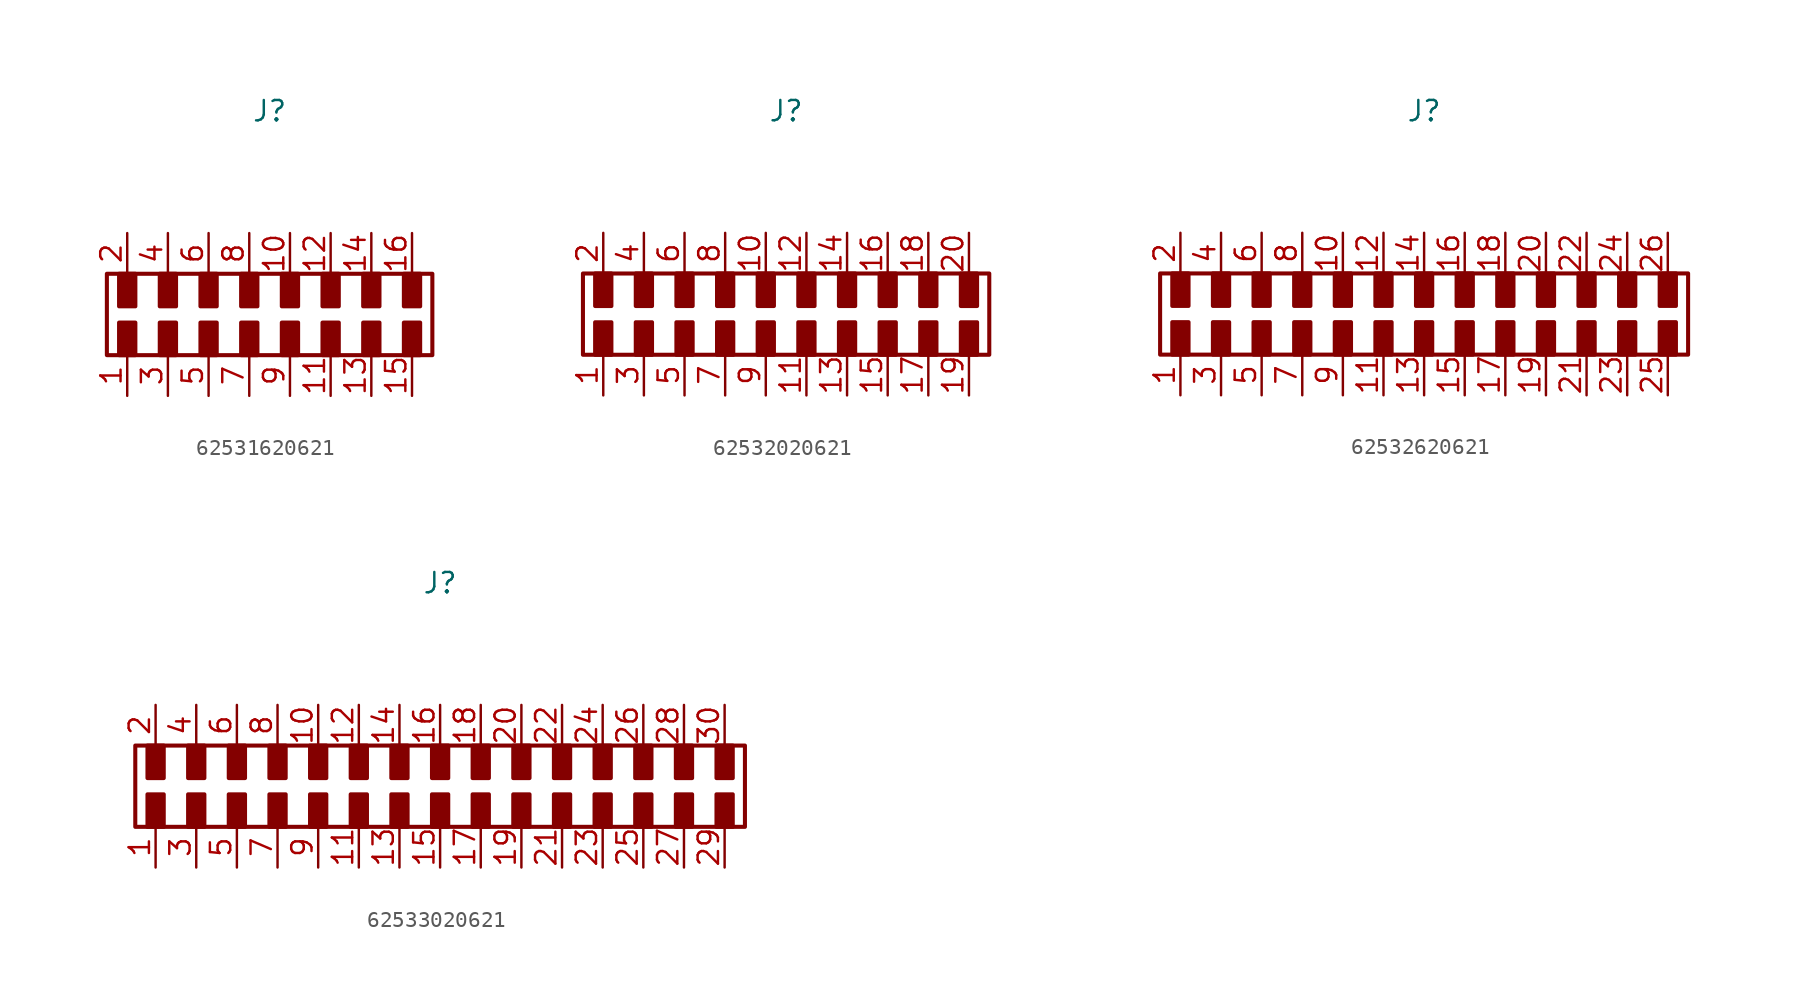
<source format=kicad_sym>
(kicad_symbol_lib
  (version 20241209)
  (generator "kicad_symbol_editor")
  (generator_version "9.0")
  (symbol "62531620621"
    (pin_names
      (hide yes))
    (property "Reference" "J"
      (at 0 12.7 0)
      (effects (font (size 1.27 1.27))))
    (symbol "62531620621_1_1"
      (rectangle (start -10.16 2.54) (end 10.16 -2.54) (stroke (width 0.254) (type solid)) (fill (type none)))
      (rectangle (start -9.398 2.54) (end -8.382 0.508) (stroke (width 0.254) (type solid)) (fill (type outline)))
      (rectangle (start -9.398 -0.508) (end -8.382 -2.54) (stroke (width 0.254) (type solid)) (fill (type outline)))
      (rectangle (start -6.858 2.54) (end -5.842 0.508) (stroke (width 0.254) (type solid)) (fill (type outline)))
      (rectangle (start -6.858 -0.508) (end -5.842 -2.54) (stroke (width 0.254) (type solid)) (fill (type outline)))
      (rectangle (start -4.318 2.54) (end -3.302 0.508) (stroke (width 0.254) (type solid)) (fill (type outline)))
      (rectangle (start -4.318 -0.508) (end -3.302 -2.54) (stroke (width 0.254) (type solid)) (fill (type outline)))
      (rectangle (start -1.778 2.54) (end -0.762 0.508) (stroke (width 0.254) (type solid)) (fill (type outline)))
      (rectangle (start -1.778 -0.508) (end -0.762 -2.54) (stroke (width 0.254) (type solid)) (fill (type outline)))
      (rectangle (start 0.762 2.54) (end 1.778 0.508) (stroke (width 0.254) (type solid)) (fill (type outline)))
      (rectangle (start 0.762 -0.508) (end 1.778 -2.54) (stroke (width 0.254) (type solid)) (fill (type outline)))
      (rectangle (start 3.302 2.54) (end 4.318 0.508) (stroke (width 0.254) (type solid)) (fill (type outline)))
      (rectangle (start 3.302 -0.508) (end 4.318 -2.54) (stroke (width 0.254) (type solid)) (fill (type outline)))
      (rectangle (start 5.842 2.54) (end 6.858 0.508) (stroke (width 0.254) (type solid)) (fill (type outline)))
      (rectangle (start 5.842 -0.508) (end 6.858 -2.54) (stroke (width 0.254) (type solid)) (fill (type outline)))
      (rectangle (start 8.382 2.54) (end 9.398 0.508) (stroke (width 0.254) (type solid)) (fill (type outline)))
      (rectangle (start 8.382 -0.508) (end 9.398 -2.54) (stroke (width 0.254) (type solid)) (fill (type outline)))
      (pin passive line (at -8.89 5.08 270) (length 2.54) (name "2" (effects (font (size 1.27 1.27)))) (number "2" (effects (font (size 1.27 1.27)))))
      (pin passive line (at -8.89 -5.08 90) (length 2.54) (name "1" (effects (font (size 1.27 1.27)))) (number "1" (effects (font (size 1.27 1.27)))))
      (pin passive line (at -6.35 5.08 270) (length 2.54) (name "4" (effects (font (size 1.27 1.27)))) (number "4" (effects (font (size 1.27 1.27)))))
      (pin passive line (at -6.35 -5.08 90) (length 2.54) (name "3" (effects (font (size 1.27 1.27)))) (number "3" (effects (font (size 1.27 1.27)))))
      (pin passive line (at -3.81 5.08 270) (length 2.54) (name "6" (effects (font (size 1.27 1.27)))) (number "6" (effects (font (size 1.27 1.27)))))
      (pin passive line (at -3.81 -5.08 90) (length 2.54) (name "5" (effects (font (size 1.27 1.27)))) (number "5" (effects (font (size 1.27 1.27)))))
      (pin passive line (at -1.27 5.08 270) (length 2.54) (name "8" (effects (font (size 1.27 1.27)))) (number "8" (effects (font (size 1.27 1.27)))))
      (pin passive line (at -1.27 -5.08 90) (length 2.54) (name "7" (effects (font (size 1.27 1.27)))) (number "7" (effects (font (size 1.27 1.27)))))
      (pin passive line (at 1.27 5.08 270) (length 2.54) (name "10" (effects (font (size 1.27 1.27)))) (number "10" (effects (font (size 1.27 1.27)))))
      (pin passive line (at 1.27 -5.08 90) (length 2.54) (name "9" (effects (font (size 1.27 1.27)))) (number "9" (effects (font (size 1.27 1.27)))))
      (pin passive line (at 3.81 5.08 270) (length 2.54) (name "12" (effects (font (size 1.27 1.27)))) (number "12" (effects (font (size 1.27 1.27)))))
      (pin passive line (at 3.81 -5.08 90) (length 2.54) (name "11" (effects (font (size 1.27 1.27)))) (number "11" (effects (font (size 1.27 1.27)))))
      (pin passive line (at 6.35 5.08 270) (length 2.54) (name "14" (effects (font (size 1.27 1.27)))) (number "14" (effects (font (size 1.27 1.27)))))
      (pin passive line (at 6.35 -5.08 90) (length 2.54) (name "13" (effects (font (size 1.27 1.27)))) (number "13" (effects (font (size 1.27 1.27)))))
      (pin passive line (at 8.89 5.08 270) (length 2.54) (name "16" (effects (font (size 1.27 1.27)))) (number "16" (effects (font (size 1.27 1.27)))))
      (pin passive line (at 8.89 -5.08 90) (length 2.54) (name "15" (effects (font (size 1.27 1.27)))) (number "15" (effects (font (size 1.27 1.27)))))))
  (symbol "62532020621"
    (pin_names
      (hide yes))
    (property "Reference" "J"
      (at 0 12.7 0)
      (effects (font (size 1.27 1.27))))
    (symbol "62532020621_1_1"
      (rectangle (start -12.7 2.54) (end 12.7 -2.54) (stroke (width 0.254) (type solid)) (fill (type none)))
      (rectangle (start -11.938 2.54) (end -10.922 0.508) (stroke (width 0.254) (type solid)) (fill (type outline)))
      (rectangle (start -11.938 -0.508) (end -10.922 -2.54) (stroke (width 0.254) (type solid)) (fill (type outline)))
      (rectangle (start -9.398 2.54) (end -8.382 0.508) (stroke (width 0.254) (type solid)) (fill (type outline)))
      (rectangle (start -9.398 -0.508) (end -8.382 -2.54) (stroke (width 0.254) (type solid)) (fill (type outline)))
      (rectangle (start -6.858 2.54) (end -5.842 0.508) (stroke (width 0.254) (type solid)) (fill (type outline)))
      (rectangle (start -6.858 -0.508) (end -5.842 -2.54) (stroke (width 0.254) (type solid)) (fill (type outline)))
      (rectangle (start -4.318 2.54) (end -3.302 0.508) (stroke (width 0.254) (type solid)) (fill (type outline)))
      (rectangle (start -4.318 -0.508) (end -3.302 -2.54) (stroke (width 0.254) (type solid)) (fill (type outline)))
      (rectangle (start -1.778 2.54) (end -0.762 0.508) (stroke (width 0.254) (type solid)) (fill (type outline)))
      (rectangle (start -1.778 -0.508) (end -0.762 -2.54) (stroke (width 0.254) (type solid)) (fill (type outline)))
      (rectangle (start 0.762 2.54) (end 1.778 0.508) (stroke (width 0.254) (type solid)) (fill (type outline)))
      (rectangle (start 0.762 -0.508) (end 1.778 -2.54) (stroke (width 0.254) (type solid)) (fill (type outline)))
      (rectangle (start 3.302 2.54) (end 4.318 0.508) (stroke (width 0.254) (type solid)) (fill (type outline)))
      (rectangle (start 3.302 -0.508) (end 4.318 -2.54) (stroke (width 0.254) (type solid)) (fill (type outline)))
      (rectangle (start 5.842 2.54) (end 6.858 0.508) (stroke (width 0.254) (type solid)) (fill (type outline)))
      (rectangle (start 5.842 -0.508) (end 6.858 -2.54) (stroke (width 0.254) (type solid)) (fill (type outline)))
      (rectangle (start 8.382 2.54) (end 9.398 0.508) (stroke (width 0.254) (type solid)) (fill (type outline)))
      (rectangle (start 8.382 -0.508) (end 9.398 -2.54) (stroke (width 0.254) (type solid)) (fill (type outline)))
      (rectangle (start 10.922 2.54) (end 11.938 0.508) (stroke (width 0.254) (type solid)) (fill (type outline)))
      (rectangle (start 10.922 -0.508) (end 11.938 -2.54) (stroke (width 0.254) (type solid)) (fill (type outline)))
      (pin passive line (at -11.43 5.08 270) (length 2.54) (name "2" (effects (font (size 1.27 1.27)))) (number "2" (effects (font (size 1.27 1.27)))))
      (pin passive line (at -11.43 -5.08 90) (length 2.54) (name "1" (effects (font (size 1.27 1.27)))) (number "1" (effects (font (size 1.27 1.27)))))
      (pin passive line (at -8.89 5.08 270) (length 2.54) (name "4" (effects (font (size 1.27 1.27)))) (number "4" (effects (font (size 1.27 1.27)))))
      (pin passive line (at -8.89 -5.08 90) (length 2.54) (name "3" (effects (font (size 1.27 1.27)))) (number "3" (effects (font (size 1.27 1.27)))))
      (pin passive line (at -6.35 5.08 270) (length 2.54) (name "6" (effects (font (size 1.27 1.27)))) (number "6" (effects (font (size 1.27 1.27)))))
      (pin passive line (at -6.35 -5.08 90) (length 2.54) (name "5" (effects (font (size 1.27 1.27)))) (number "5" (effects (font (size 1.27 1.27)))))
      (pin passive line (at -3.81 5.08 270) (length 2.54) (name "8" (effects (font (size 1.27 1.27)))) (number "8" (effects (font (size 1.27 1.27)))))
      (pin passive line (at -3.81 -5.08 90) (length 2.54) (name "7" (effects (font (size 1.27 1.27)))) (number "7" (effects (font (size 1.27 1.27)))))
      (pin passive line (at -1.27 5.08 270) (length 2.54) (name "10" (effects (font (size 1.27 1.27)))) (number "10" (effects (font (size 1.27 1.27)))))
      (pin passive line (at -1.27 -5.08 90) (length 2.54) (name "9" (effects (font (size 1.27 1.27)))) (number "9" (effects (font (size 1.27 1.27)))))
      (pin passive line (at 1.27 5.08 270) (length 2.54) (name "12" (effects (font (size 1.27 1.27)))) (number "12" (effects (font (size 1.27 1.27)))))
      (pin passive line (at 1.27 -5.08 90) (length 2.54) (name "11" (effects (font (size 1.27 1.27)))) (number "11" (effects (font (size 1.27 1.27)))))
      (pin passive line (at 3.81 5.08 270) (length 2.54) (name "14" (effects (font (size 1.27 1.27)))) (number "14" (effects (font (size 1.27 1.27)))))
      (pin passive line (at 3.81 -5.08 90) (length 2.54) (name "13" (effects (font (size 1.27 1.27)))) (number "13" (effects (font (size 1.27 1.27)))))
      (pin passive line (at 6.35 5.08 270) (length 2.54) (name "16" (effects (font (size 1.27 1.27)))) (number "16" (effects (font (size 1.27 1.27)))))
      (pin passive line (at 6.35 -5.08 90) (length 2.54) (name "15" (effects (font (size 1.27 1.27)))) (number "15" (effects (font (size 1.27 1.27)))))
      (pin passive line (at 8.89 5.08 270) (length 2.54) (name "18" (effects (font (size 1.27 1.27)))) (number "18" (effects (font (size 1.27 1.27)))))
      (pin passive line (at 8.89 -5.08 90) (length 2.54) (name "17" (effects (font (size 1.27 1.27)))) (number "17" (effects (font (size 1.27 1.27)))))
      (pin passive line (at 11.43 5.08 270) (length 2.54) (name "20" (effects (font (size 1.27 1.27)))) (number "20" (effects (font (size 1.27 1.27)))))
      (pin passive line (at 11.43 -5.08 90) (length 2.54) (name "19" (effects (font (size 1.27 1.27)))) (number "19" (effects (font (size 1.27 1.27)))))))
  (symbol "62532620621"
    (pin_names
      (hide yes))
    (property "Reference" "J"
      (at 0 12.7 0)
      (effects (font (size 1.27 1.27))))
    (symbol "62532620621_1_1"
      (rectangle (start -16.51 2.54) (end 16.51 -2.54) (stroke (width 0.254) (type solid)) (fill (type none)))
      (rectangle (start -15.748 2.54) (end -14.732 0.508) (stroke (width 0.254) (type solid)) (fill (type outline)))
      (rectangle (start -15.748 -0.508) (end -14.732 -2.54) (stroke (width 0.254) (type solid)) (fill (type outline)))
      (rectangle (start -13.208 2.54) (end -12.192 0.508) (stroke (width 0.254) (type solid)) (fill (type outline)))
      (rectangle (start -13.208 -0.508) (end -12.192 -2.54) (stroke (width 0.254) (type solid)) (fill (type outline)))
      (rectangle (start -10.668 2.54) (end -9.652 0.508) (stroke (width 0.254) (type solid)) (fill (type outline)))
      (rectangle (start -10.668 -0.508) (end -9.652 -2.54) (stroke (width 0.254) (type solid)) (fill (type outline)))
      (rectangle (start -8.128 2.54) (end -7.112 0.508) (stroke (width 0.254) (type solid)) (fill (type outline)))
      (rectangle (start -8.128 -0.508) (end -7.112 -2.54) (stroke (width 0.254) (type solid)) (fill (type outline)))
      (rectangle (start -5.588 2.54) (end -4.572 0.508) (stroke (width 0.254) (type solid)) (fill (type outline)))
      (rectangle (start -5.588 -0.508) (end -4.572 -2.54) (stroke (width 0.254) (type solid)) (fill (type outline)))
      (rectangle (start -3.048 2.54) (end -2.032 0.508) (stroke (width 0.254) (type solid)) (fill (type outline)))
      (rectangle (start -3.048 -0.508) (end -2.032 -2.54) (stroke (width 0.254) (type solid)) (fill (type outline)))
      (rectangle (start -0.508 2.54) (end 0.508 0.508) (stroke (width 0.254) (type solid)) (fill (type outline)))
      (rectangle (start -0.508 -0.508) (end 0.508 -2.54) (stroke (width 0.254) (type solid)) (fill (type outline)))
      (rectangle (start 2.032 2.54) (end 3.048 0.508) (stroke (width 0.254) (type solid)) (fill (type outline)))
      (rectangle (start 2.032 -0.508) (end 3.048 -2.54) (stroke (width 0.254) (type solid)) (fill (type outline)))
      (rectangle (start 4.572 2.54) (end 5.588 0.508) (stroke (width 0.254) (type solid)) (fill (type outline)))
      (rectangle (start 4.572 -0.508) (end 5.588 -2.54) (stroke (width 0.254) (type solid)) (fill (type outline)))
      (rectangle (start 7.112 2.54) (end 8.128 0.508) (stroke (width 0.254) (type solid)) (fill (type outline)))
      (rectangle (start 7.112 -0.508) (end 8.128 -2.54) (stroke (width 0.254) (type solid)) (fill (type outline)))
      (rectangle (start 9.652 2.54) (end 10.668 0.508) (stroke (width 0.254) (type solid)) (fill (type outline)))
      (rectangle (start 9.652 -0.508) (end 10.668 -2.54) (stroke (width 0.254) (type solid)) (fill (type outline)))
      (rectangle (start 12.192 2.54) (end 13.208 0.508) (stroke (width 0.254) (type solid)) (fill (type outline)))
      (rectangle (start 12.192 -0.508) (end 13.208 -2.54) (stroke (width 0.254) (type solid)) (fill (type outline)))
      (rectangle (start 14.732 2.54) (end 15.748 0.508) (stroke (width 0.254) (type solid)) (fill (type outline)))
      (rectangle (start 14.732 -0.508) (end 15.748 -2.54) (stroke (width 0.254) (type solid)) (fill (type outline)))
      (pin passive line (at -15.24 5.08 270) (length 2.54) (name "2" (effects (font (size 1.27 1.27)))) (number "2" (effects (font (size 1.27 1.27)))))
      (pin passive line (at -15.24 -5.08 90) (length 2.54) (name "1" (effects (font (size 1.27 1.27)))) (number "1" (effects (font (size 1.27 1.27)))))
      (pin passive line (at -12.7 5.08 270) (length 2.54) (name "4" (effects (font (size 1.27 1.27)))) (number "4" (effects (font (size 1.27 1.27)))))
      (pin passive line (at -12.7 -5.08 90) (length 2.54) (name "3" (effects (font (size 1.27 1.27)))) (number "3" (effects (font (size 1.27 1.27)))))
      (pin passive line (at -10.16 5.08 270) (length 2.54) (name "6" (effects (font (size 1.27 1.27)))) (number "6" (effects (font (size 1.27 1.27)))))
      (pin passive line (at -10.16 -5.08 90) (length 2.54) (name "5" (effects (font (size 1.27 1.27)))) (number "5" (effects (font (size 1.27 1.27)))))
      (pin passive line (at -7.62 5.08 270) (length 2.54) (name "8" (effects (font (size 1.27 1.27)))) (number "8" (effects (font (size 1.27 1.27)))))
      (pin passive line (at -7.62 -5.08 90) (length 2.54) (name "7" (effects (font (size 1.27 1.27)))) (number "7" (effects (font (size 1.27 1.27)))))
      (pin passive line (at -5.08 5.08 270) (length 2.54) (name "10" (effects (font (size 1.27 1.27)))) (number "10" (effects (font (size 1.27 1.27)))))
      (pin passive line (at -5.08 -5.08 90) (length 2.54) (name "9" (effects (font (size 1.27 1.27)))) (number "9" (effects (font (size 1.27 1.27)))))
      (pin passive line (at -2.54 5.08 270) (length 2.54) (name "12" (effects (font (size 1.27 1.27)))) (number "12" (effects (font (size 1.27 1.27)))))
      (pin passive line (at -2.54 -5.08 90) (length 2.54) (name "11" (effects (font (size 1.27 1.27)))) (number "11" (effects (font (size 1.27 1.27)))))
      (pin passive line (at 0 5.08 270) (length 2.54) (name "14" (effects (font (size 1.27 1.27)))) (number "14" (effects (font (size 1.27 1.27)))))
      (pin passive line (at 0 -5.08 90) (length 2.54) (name "13" (effects (font (size 1.27 1.27)))) (number "13" (effects (font (size 1.27 1.27)))))
      (pin passive line (at 2.54 5.08 270) (length 2.54) (name "16" (effects (font (size 1.27 1.27)))) (number "16" (effects (font (size 1.27 1.27)))))
      (pin passive line (at 2.54 -5.08 90) (length 2.54) (name "15" (effects (font (size 1.27 1.27)))) (number "15" (effects (font (size 1.27 1.27)))))
      (pin passive line (at 5.08 5.08 270) (length 2.54) (name "18" (effects (font (size 1.27 1.27)))) (number "18" (effects (font (size 1.27 1.27)))))
      (pin passive line (at 5.08 -5.08 90) (length 2.54) (name "17" (effects (font (size 1.27 1.27)))) (number "17" (effects (font (size 1.27 1.27)))))
      (pin passive line (at 7.62 5.08 270) (length 2.54) (name "20" (effects (font (size 1.27 1.27)))) (number "20" (effects (font (size 1.27 1.27)))))
      (pin passive line (at 7.62 -5.08 90) (length 2.54) (name "19" (effects (font (size 1.27 1.27)))) (number "19" (effects (font (size 1.27 1.27)))))
      (pin passive line (at 10.16 5.08 270) (length 2.54) (name "22" (effects (font (size 1.27 1.27)))) (number "22" (effects (font (size 1.27 1.27)))))
      (pin passive line (at 10.16 -5.08 90) (length 2.54) (name "21" (effects (font (size 1.27 1.27)))) (number "21" (effects (font (size 1.27 1.27)))))
      (pin passive line (at 12.7 5.08 270) (length 2.54) (name "24" (effects (font (size 1.27 1.27)))) (number "24" (effects (font (size 1.27 1.27)))))
      (pin passive line (at 12.7 -5.08 90) (length 2.54) (name "23" (effects (font (size 1.27 1.27)))) (number "23" (effects (font (size 1.27 1.27)))))
      (pin passive line (at 15.24 5.08 270) (length 2.54) (name "26" (effects (font (size 1.27 1.27)))) (number "26" (effects (font (size 1.27 1.27)))))
      (pin passive line (at 15.24 -5.08 90) (length 2.54) (name "25" (effects (font (size 1.27 1.27)))) (number "25" (effects (font (size 1.27 1.27)))))))
  (symbol "62533020621"
    (pin_names
      (hide yes))
    (property "Reference" "J"
      (at 0 12.7 0)
      (effects (font (size 1.27 1.27))))
    (symbol "62533020621_1_1"
      (rectangle (start -19.05 2.54) (end 19.05 -2.54) (stroke (width 0.254) (type solid)) (fill (type none)))
      (rectangle (start -18.288 2.54) (end -17.272 0.508) (stroke (width 0.254) (type solid)) (fill (type outline)))
      (rectangle (start -18.288 -0.508) (end -17.272 -2.54) (stroke (width 0.254) (type solid)) (fill (type outline)))
      (rectangle (start -15.748 2.54) (end -14.732 0.508) (stroke (width 0.254) (type solid)) (fill (type outline)))
      (rectangle (start -15.748 -0.508) (end -14.732 -2.54) (stroke (width 0.254) (type solid)) (fill (type outline)))
      (rectangle (start -13.208 2.54) (end -12.192 0.508) (stroke (width 0.254) (type solid)) (fill (type outline)))
      (rectangle (start -13.208 -0.508) (end -12.192 -2.54) (stroke (width 0.254) (type solid)) (fill (type outline)))
      (rectangle (start -10.668 2.54) (end -9.652 0.508) (stroke (width 0.254) (type solid)) (fill (type outline)))
      (rectangle (start -10.668 -0.508) (end -9.652 -2.54) (stroke (width 0.254) (type solid)) (fill (type outline)))
      (rectangle (start -8.128 2.54) (end -7.112 0.508) (stroke (width 0.254) (type solid)) (fill (type outline)))
      (rectangle (start -8.128 -0.508) (end -7.112 -2.54) (stroke (width 0.254) (type solid)) (fill (type outline)))
      (rectangle (start -5.588 2.54) (end -4.572 0.508) (stroke (width 0.254) (type solid)) (fill (type outline)))
      (rectangle (start -5.588 -0.508) (end -4.572 -2.54) (stroke (width 0.254) (type solid)) (fill (type outline)))
      (rectangle (start -3.048 2.54) (end -2.032 0.508) (stroke (width 0.254) (type solid)) (fill (type outline)))
      (rectangle (start -3.048 -0.508) (end -2.032 -2.54) (stroke (width 0.254) (type solid)) (fill (type outline)))
      (rectangle (start -0.508 2.54) (end 0.508 0.508) (stroke (width 0.254) (type solid)) (fill (type outline)))
      (rectangle (start -0.508 -0.508) (end 0.508 -2.54) (stroke (width 0.254) (type solid)) (fill (type outline)))
      (rectangle (start 2.032 2.54) (end 3.048 0.508) (stroke (width 0.254) (type solid)) (fill (type outline)))
      (rectangle (start 2.032 -0.508) (end 3.048 -2.54) (stroke (width 0.254) (type solid)) (fill (type outline)))
      (rectangle (start 4.572 2.54) (end 5.588 0.508) (stroke (width 0.254) (type solid)) (fill (type outline)))
      (rectangle (start 4.572 -0.508) (end 5.588 -2.54) (stroke (width 0.254) (type solid)) (fill (type outline)))
      (rectangle (start 7.112 2.54) (end 8.128 0.508) (stroke (width 0.254) (type solid)) (fill (type outline)))
      (rectangle (start 7.112 -0.508) (end 8.128 -2.54) (stroke (width 0.254) (type solid)) (fill (type outline)))
      (rectangle (start 9.652 2.54) (end 10.668 0.508) (stroke (width 0.254) (type solid)) (fill (type outline)))
      (rectangle (start 9.652 -0.508) (end 10.668 -2.54) (stroke (width 0.254) (type solid)) (fill (type outline)))
      (rectangle (start 12.192 2.54) (end 13.208 0.508) (stroke (width 0.254) (type solid)) (fill (type outline)))
      (rectangle (start 12.192 -0.508) (end 13.208 -2.54) (stroke (width 0.254) (type solid)) (fill (type outline)))
      (rectangle (start 14.732 2.54) (end 15.748 0.508) (stroke (width 0.254) (type solid)) (fill (type outline)))
      (rectangle (start 14.732 -0.508) (end 15.748 -2.54) (stroke (width 0.254) (type solid)) (fill (type outline)))
      (rectangle (start 17.272 2.54) (end 18.288 0.508) (stroke (width 0.254) (type solid)) (fill (type outline)))
      (rectangle (start 17.272 -0.508) (end 18.288 -2.54) (stroke (width 0.254) (type solid)) (fill (type outline)))
      (pin passive line (at -17.78 5.08 270) (length 2.54) (name "2" (effects (font (size 1.27 1.27)))) (number "2" (effects (font (size 1.27 1.27)))))
      (pin passive line (at -17.78 -5.08 90) (length 2.54) (name "1" (effects (font (size 1.27 1.27)))) (number "1" (effects (font (size 1.27 1.27)))))
      (pin passive line (at -15.24 5.08 270) (length 2.54) (name "4" (effects (font (size 1.27 1.27)))) (number "4" (effects (font (size 1.27 1.27)))))
      (pin passive line (at -15.24 -5.08 90) (length 2.54) (name "3" (effects (font (size 1.27 1.27)))) (number "3" (effects (font (size 1.27 1.27)))))
      (pin passive line (at -12.7 5.08 270) (length 2.54) (name "6" (effects (font (size 1.27 1.27)))) (number "6" (effects (font (size 1.27 1.27)))))
      (pin passive line (at -12.7 -5.08 90) (length 2.54) (name "5" (effects (font (size 1.27 1.27)))) (number "5" (effects (font (size 1.27 1.27)))))
      (pin passive line (at -10.16 5.08 270) (length 2.54) (name "8" (effects (font (size 1.27 1.27)))) (number "8" (effects (font (size 1.27 1.27)))))
      (pin passive line (at -10.16 -5.08 90) (length 2.54) (name "7" (effects (font (size 1.27 1.27)))) (number "7" (effects (font (size 1.27 1.27)))))
      (pin passive line (at -7.62 5.08 270) (length 2.54) (name "10" (effects (font (size 1.27 1.27)))) (number "10" (effects (font (size 1.27 1.27)))))
      (pin passive line (at -7.62 -5.08 90) (length 2.54) (name "9" (effects (font (size 1.27 1.27)))) (number "9" (effects (font (size 1.27 1.27)))))
      (pin passive line (at -5.08 5.08 270) (length 2.54) (name "12" (effects (font (size 1.27 1.27)))) (number "12" (effects (font (size 1.27 1.27)))))
      (pin passive line (at -5.08 -5.08 90) (length 2.54) (name "11" (effects (font (size 1.27 1.27)))) (number "11" (effects (font (size 1.27 1.27)))))
      (pin passive line (at -2.54 5.08 270) (length 2.54) (name "14" (effects (font (size 1.27 1.27)))) (number "14" (effects (font (size 1.27 1.27)))))
      (pin passive line (at -2.54 -5.08 90) (length 2.54) (name "13" (effects (font (size 1.27 1.27)))) (number "13" (effects (font (size 1.27 1.27)))))
      (pin passive line (at 0 5.08 270) (length 2.54) (name "16" (effects (font (size 1.27 1.27)))) (number "16" (effects (font (size 1.27 1.27)))))
      (pin passive line (at 0 -5.08 90) (length 2.54) (name "15" (effects (font (size 1.27 1.27)))) (number "15" (effects (font (size 1.27 1.27)))))
      (pin passive line (at 2.54 5.08 270) (length 2.54) (name "18" (effects (font (size 1.27 1.27)))) (number "18" (effects (font (size 1.27 1.27)))))
      (pin passive line (at 2.54 -5.08 90) (length 2.54) (name "17" (effects (font (size 1.27 1.27)))) (number "17" (effects (font (size 1.27 1.27)))))
      (pin passive line (at 5.08 5.08 270) (length 2.54) (name "20" (effects (font (size 1.27 1.27)))) (number "20" (effects (font (size 1.27 1.27)))))
      (pin passive line (at 5.08 -5.08 90) (length 2.54) (name "19" (effects (font (size 1.27 1.27)))) (number "19" (effects (font (size 1.27 1.27)))))
      (pin passive line (at 7.62 5.08 270) (length 2.54) (name "22" (effects (font (size 1.27 1.27)))) (number "22" (effects (font (size 1.27 1.27)))))
      (pin passive line (at 7.62 -5.08 90) (length 2.54) (name "21" (effects (font (size 1.27 1.27)))) (number "21" (effects (font (size 1.27 1.27)))))
      (pin passive line (at 10.16 5.08 270) (length 2.54) (name "24" (effects (font (size 1.27 1.27)))) (number "24" (effects (font (size 1.27 1.27)))))
      (pin passive line (at 10.16 -5.08 90) (length 2.54) (name "23" (effects (font (size 1.27 1.27)))) (number "23" (effects (font (size 1.27 1.27)))))
      (pin passive line (at 12.7 5.08 270) (length 2.54) (name "26" (effects (font (size 1.27 1.27)))) (number "26" (effects (font (size 1.27 1.27)))))
      (pin passive line (at 12.7 -5.08 90) (length 2.54) (name "25" (effects (font (size 1.27 1.27)))) (number "25" (effects (font (size 1.27 1.27)))))
      (pin passive line (at 15.24 5.08 270) (length 2.54) (name "28" (effects (font (size 1.27 1.27)))) (number "28" (effects (font (size 1.27 1.27)))))
      (pin passive line (at 15.24 -5.08 90) (length 2.54) (name "27" (effects (font (size 1.27 1.27)))) (number "27" (effects (font (size 1.27 1.27)))))
      (pin passive line (at 17.78 5.08 270) (length 2.54) (name "30" (effects (font (size 1.27 1.27)))) (number "30" (effects (font (size 1.27 1.27)))))
      (pin passive line (at 17.78 -5.08 90) (length 2.54) (name "29" (effects (font (size 1.27 1.27)))) (number "29" (effects (font (size 1.27 1.27))))))))
</source>
